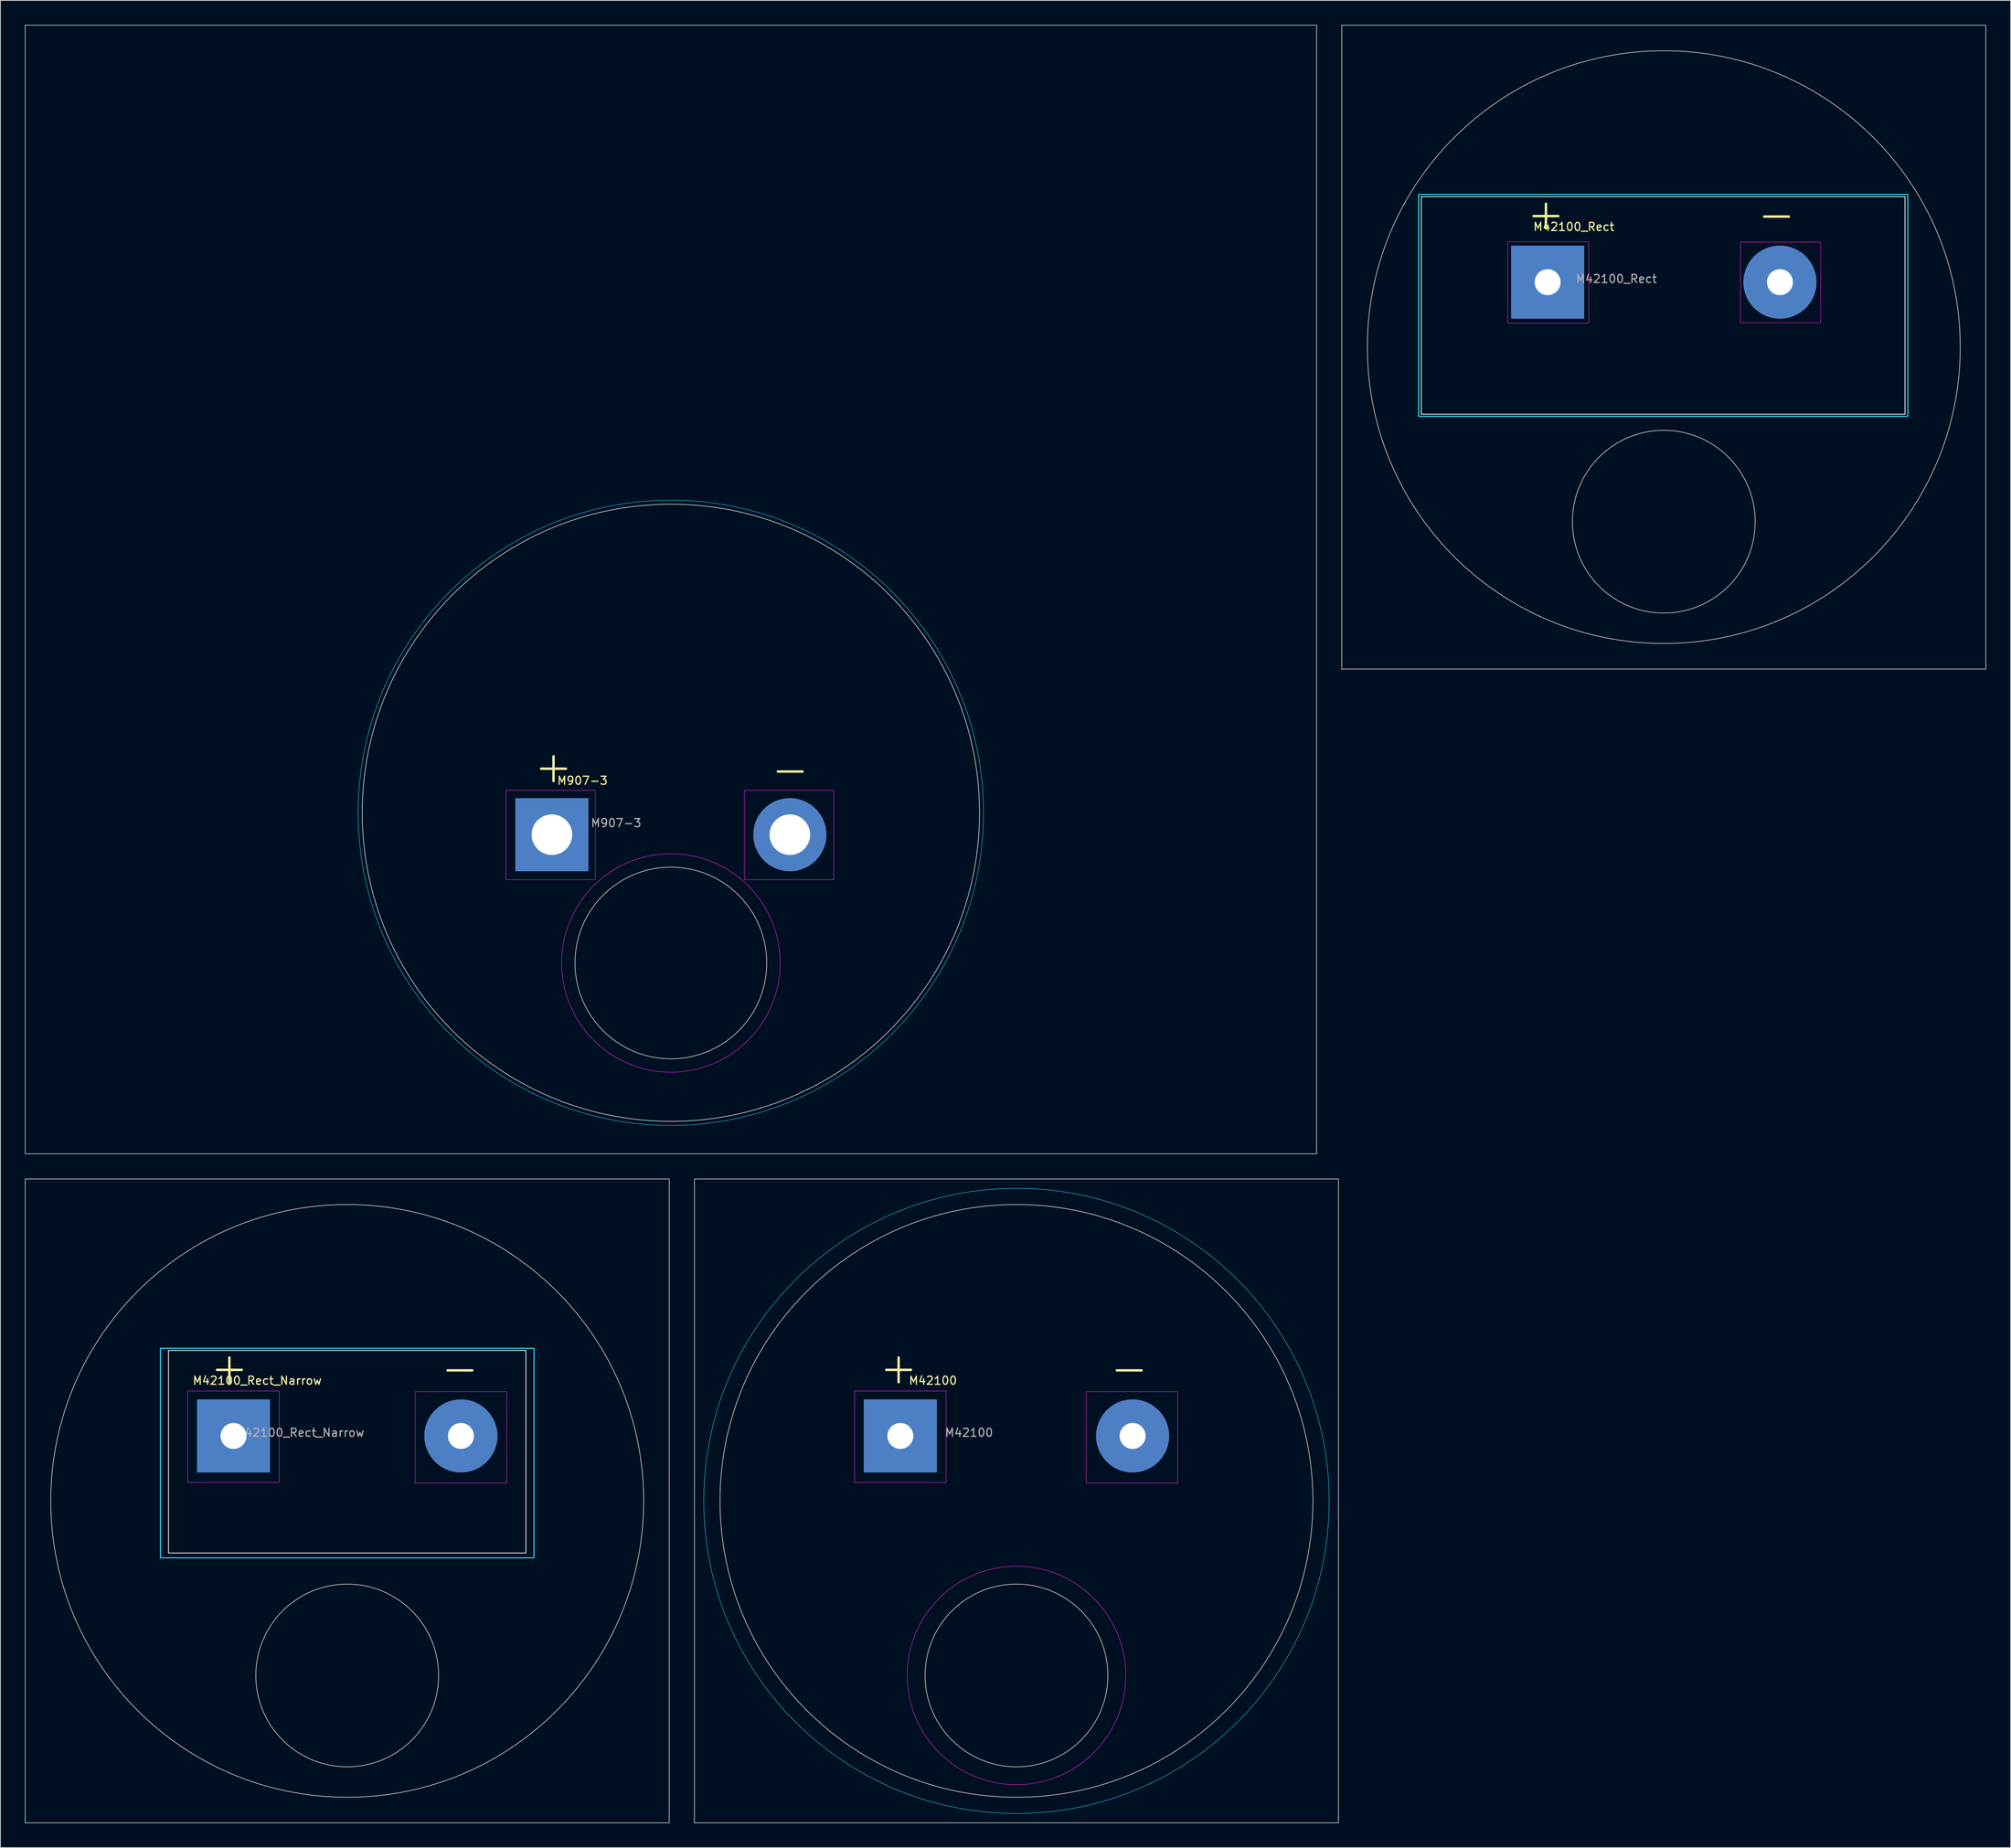
<source format=kicad_pcb>
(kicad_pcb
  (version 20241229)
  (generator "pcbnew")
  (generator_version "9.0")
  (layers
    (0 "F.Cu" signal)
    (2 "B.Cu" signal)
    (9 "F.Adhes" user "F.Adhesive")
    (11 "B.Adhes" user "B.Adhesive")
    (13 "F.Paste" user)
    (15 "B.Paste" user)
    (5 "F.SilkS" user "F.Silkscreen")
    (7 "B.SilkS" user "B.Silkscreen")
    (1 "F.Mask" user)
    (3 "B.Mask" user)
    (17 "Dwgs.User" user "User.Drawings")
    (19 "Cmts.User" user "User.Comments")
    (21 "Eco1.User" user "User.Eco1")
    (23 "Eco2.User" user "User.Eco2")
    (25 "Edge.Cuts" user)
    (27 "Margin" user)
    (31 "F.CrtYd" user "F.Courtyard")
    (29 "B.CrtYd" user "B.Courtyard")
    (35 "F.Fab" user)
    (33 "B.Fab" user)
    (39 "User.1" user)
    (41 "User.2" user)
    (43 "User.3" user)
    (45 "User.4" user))
  (footprint "M42100_Rect_Narrow"
    (layer "F.Cu")
    (at 39.7 181.8)
    (property "Reference" "M42100_Rect_Narrow" (at -11.08 -14.82 0) (unlocked yes) (layer "F.SilkS") (effects (font (size 1 1) (thickness 0.15))))
    (attr through_hole)
    (fp_rect (start -22 -18.53) (end 22 6.42) (stroke (width 0.12) (type solid)) (fill no) (layer "Edge.Cuts"))
    (fp_rect (start -23 -18.8) (end 23 7.01) (stroke (width 0.12) (type solid)) (fill no) (layer "B.CrtYd"))
    (fp_rect (start -19.63 -13.53) (end -8.37 -2.27) (stroke (width 0.05) (type solid)) (fill no) (layer "F.CrtYd"))
    (fp_rect (start 8.37 -13.46) (end 19.63 -2.2) (stroke (width 0.05) (type solid)) (fill no) (layer "F.CrtYd"))
    (fp_rect (start -39.65 -39.65) (end 39.65 39.65) (stroke (width 0.1) (type solid)) (fill no) (layer "F.Fab"))
    (fp_circle (center 0 0) (end 36.5 0) (stroke (width 0.1) (type solid)) (fill no) (layer "F.Fab"))
    (fp_circle (center 0 21.5) (end 11.25 21.5) (stroke (width 0.1) (type solid)) (fill no) (layer "F.Fab"))
    (fp_text user "-" (at 13.88 -16.39 0) (unlocked yes) (layer "F.SilkS") (effects (font (size 4 4) (thickness 0.3))))
    (fp_text user "+" (at -14.51 -16.45 0) (unlocked yes) (layer "F.SilkS") (effects (font (size 4 4) (thickness 0.3))))
    (fp_text user "${REFERENCE}" (at -5.84 -8.41 0) (unlocked yes) (layer "F.Fab") (effects (font (size 1 1) (thickness 0.15))))
    (pad "1" thru_hole rect (at -14 -8) (size 9 9) (drill 3.2) (layers "*.Cu" "*.Mask"))
    (pad "2" thru_hole circle (at 14 -8) (size 9 9) (drill 3.2) (layers "*.Cu" "*.Mask")))
  (footprint "M42100"
    (layer "F.Cu")
    (at 122.1 181.8)
    (property "Reference" "M42100" (at -10.28 -14.82 0) (unlocked yes) (layer "F.SilkS") (effects (font (size 1 1) (thickness 0.15))))
    (attr through_hole)
    (fp_circle (center 0 0) (end 38.5 0) (stroke (width 0.05) (type solid)) (fill no) (layer "B.CrtYd"))
    (fp_rect (start -19.93 -13.53) (end -8.67 -2.27) (stroke (width 0.05) (type solid)) (fill no) (layer "F.CrtYd"))
    (fp_rect (start 8.59 -13.46) (end 19.85 -2.2) (stroke (width 0.05) (type solid)) (fill no) (layer "F.CrtYd"))
    (fp_circle (center 0 21.5) (end 13.45 21.38) (stroke (width 0.05) (type solid)) (fill no) (layer "F.CrtYd"))
    (fp_rect (start -39.65 -39.65) (end 39.65 39.65) (stroke (width 0.1) (type solid)) (fill no) (layer "F.Fab"))
    (fp_circle (center 0 0) (end 36.5 0) (stroke (width 0.1) (type solid)) (fill no) (layer "F.Fab"))
    (fp_circle (center 0 21.5) (end 11.25 21.5) (stroke (width 0.1) (type solid)) (fill no) (layer "F.Fab"))
    (fp_text user "+" (at -14.51 -16.45 0) (unlocked yes) (layer "F.SilkS") (effects (font (size 4 4) (thickness 0.3))))
    (fp_text user "-" (at 13.88 -16.39 0) (unlocked yes) (layer "F.SilkS") (effects (font (size 4 4) (thickness 0.3))))
    (fp_text user "${REFERENCE}" (at -5.84 -8.41 0) (unlocked yes) (layer "F.Fab") (effects (font (size 1 1) (thickness 0.15))))
    (pad "1" thru_hole rect (at -14.3 -8) (size 9 9) (drill 3.2) (layers "*.Cu" "*.Mask"))
    (pad "2" thru_hole circle (at 14.3 -8) (size 9 9) (drill 3.2) (layers "*.Cu" "*.Mask")))
  (footprint "M907-3"
    (layer "F.Cu")
    (at 79.55 97.05)
    (property "Reference" "M907-3" (at -10.89 -3.96 0) (unlocked yes) (layer "F.SilkS") (effects (font (size 1 1) (thickness 0.15))))
    (attr through_hole)
    (fp_circle (center 0 0) (end 38.5 0) (stroke (width 0.05) (type solid)) (fill no) (layer "B.CrtYd"))
    (fp_rect (start -20.29 -2.76) (end -9.29 8.24) (stroke (width 0.05) (type solid)) (fill no) (layer "F.CrtYd"))
    (fp_rect (start 9.05 -2.76) (end 20.05 8.24) (stroke (width 0.05) (type solid)) (fill no) (layer "F.CrtYd"))
    (fp_circle (center 0 18.5) (end 13.451 18.5) (stroke (width 0.05) (type solid)) (fill no) (layer "F.CrtYd"))
    (fp_rect (start -79.5 -97) (end 79.5 42) (stroke (width 0.1) (type solid)) (fill no) (layer "F.Fab"))
    (fp_circle (center 0 0) (end 38 0) (stroke (width 0.1) (type solid)) (fill no) (layer "F.Fab"))
    (fp_circle (center 0 18.5) (end 11.8 18.5) (stroke (width 0.1) (type solid)) (fill no) (layer "F.Fab"))
    (fp_text user "+" (at -14.45 -5.74 0) (unlocked yes) (layer "F.SilkS") (effects (font (size 4 4) (thickness 0.3))))
    (fp_text user "-" (at 14.69 -5.39 0) (unlocked yes) (layer "F.SilkS") (effects (font (size 4 4) (thickness 0.3))))
    (fp_text user "${REFERENCE}" (at -6.74 1.26 0) (unlocked yes) (layer "F.Fab") (effects (font (size 1 1) (thickness 0.15))))
    (pad "1" thru_hole rect (at -14.65 2.7) (size 9 9) (drill 5) (layers "*.Cu" "*.Mask"))
    (pad "2" thru_hole circle (at 14.65 2.7) (size 9 9) (drill 5) (layers "*.Cu" "*.Mask")))
  (footprint "M42100_Rect"
    (layer "F.Cu")
    (at 201.8 39.7)
    (property "Reference" "M42100_Rect" (at -11.08 -14.82 0) (unlocked yes) (layer "F.SilkS") (effects (font (size 1 1) (thickness 0.15))))
    (attr through_hole)
    (fp_rect (start -29.86 -18.53) (end 29.7 8.26) (stroke (width 0.12) (type solid)) (fill no) (layer "Edge.Cuts"))
    (fp_rect (start -30.19 -18.8) (end 30.05 8.52) (stroke (width 0.12) (type solid)) (fill no) (layer "B.CrtYd"))
    (fp_rect (start -19.21 -12.98) (end -9.24 -2.95) (stroke (width 0.05) (type solid)) (fill no) (layer "F.CrtYd"))
    (fp_rect (start 9.44 -12.93) (end 19.3 -3) (stroke (width 0.05) (type solid)) (fill no) (layer "F.CrtYd"))
    (fp_rect (start -39.65 -39.65) (end 39.65 39.65) (stroke (width 0.1) (type solid)) (fill no) (layer "F.Fab"))
    (fp_circle (center 0 0) (end 36.5 0) (stroke (width 0.1) (type solid)) (fill no) (layer "F.Fab"))
    (fp_circle (center 0 21.5) (end 11.25 21.5) (stroke (width 0.1) (type solid)) (fill no) (layer "F.Fab"))
    (fp_text user "+" (at -14.51 -16.45 0) (unlocked yes) (layer "F.SilkS") (effects (font (size 4 4) (thickness 0.3))))
    (fp_text user "-" (at 13.88 -16.39 0) (unlocked yes) (layer "F.SilkS") (effects (font (size 4 4) (thickness 0.3))))
    (fp_text user "${REFERENCE}" (at -5.84 -8.41 0) (unlocked yes) (layer "F.Fab") (effects (font (size 1 1) (thickness 0.15))))
    (pad "1" thru_hole rect (at -14.3 -8) (size 9 9) (drill 3.2) (layers "*.Cu" "*.Mask"))
    (pad "2" thru_hole circle (at 14.3 -8) (size 9 9) (drill 3.2) (layers "*.Cu" "*.Mask")))
  (gr_rect
    (start -3 -3)
    (end 244.5 224.5)
    (stroke (width 0.1) (type default))
    (fill no)
    (layer "Edge.Cuts")))
</source>
